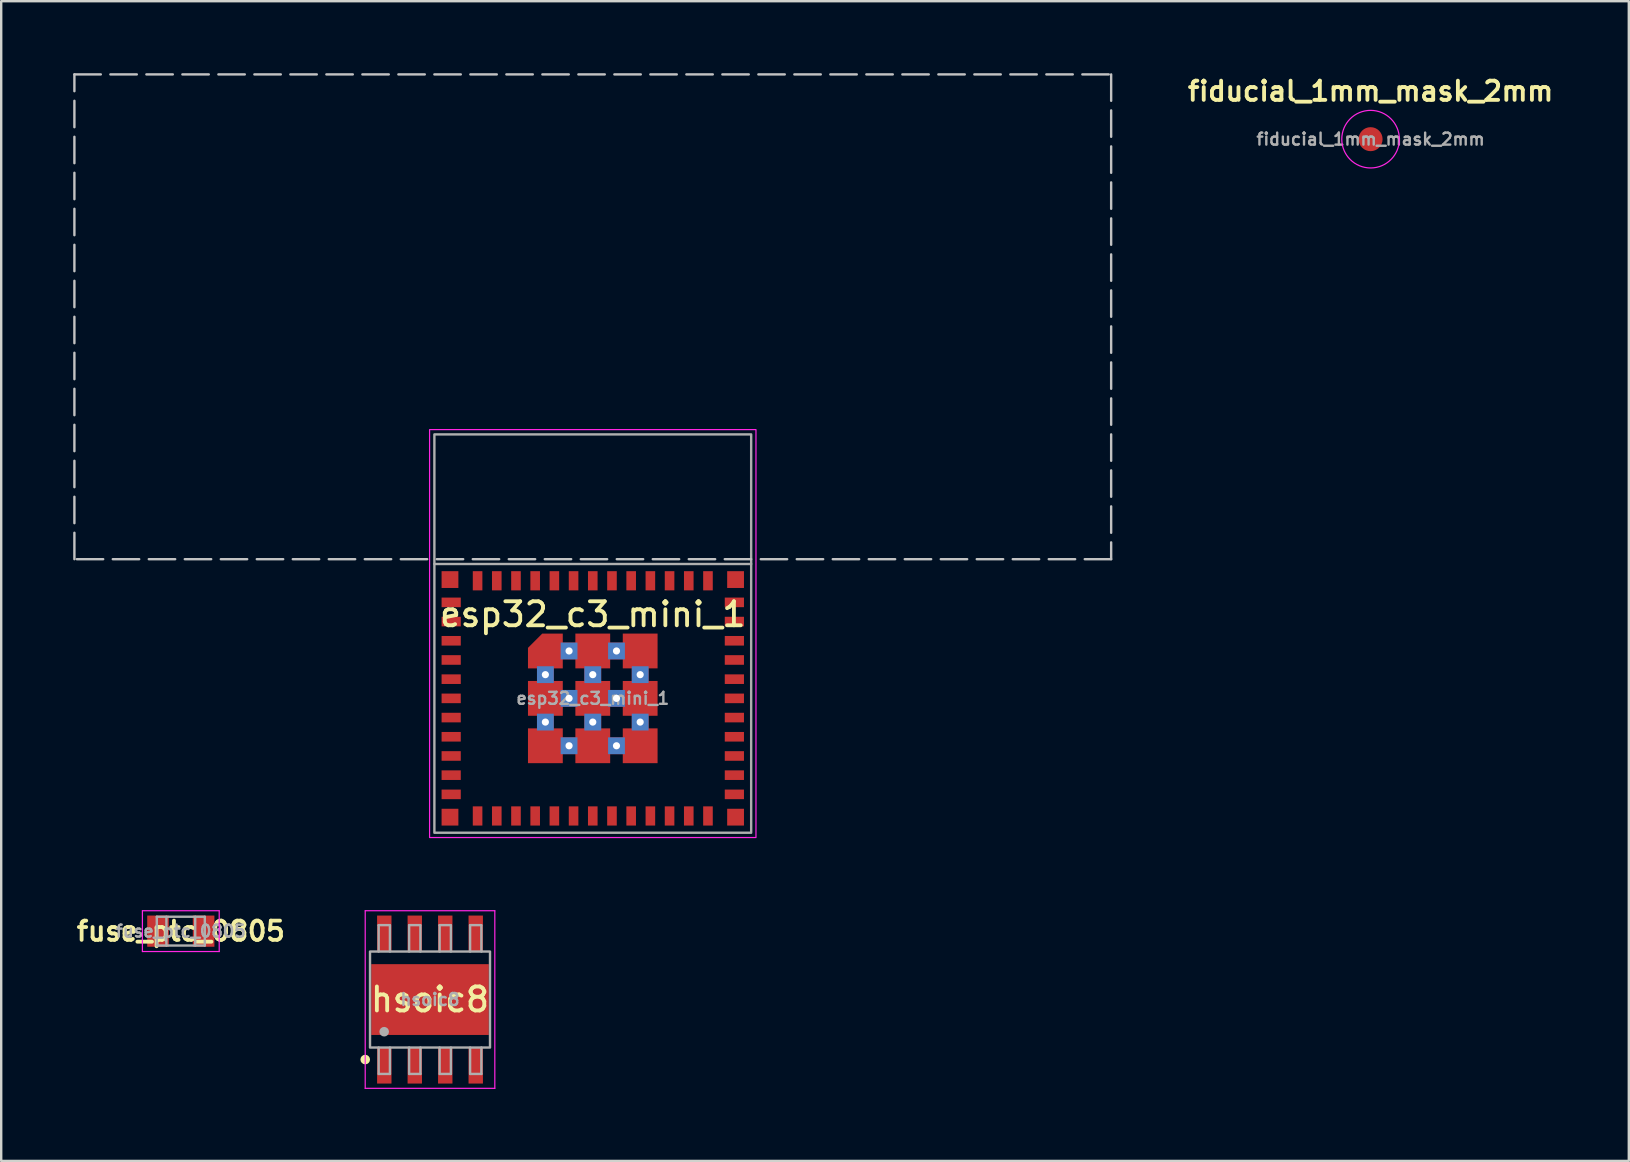
<source format=kicad_pcb>
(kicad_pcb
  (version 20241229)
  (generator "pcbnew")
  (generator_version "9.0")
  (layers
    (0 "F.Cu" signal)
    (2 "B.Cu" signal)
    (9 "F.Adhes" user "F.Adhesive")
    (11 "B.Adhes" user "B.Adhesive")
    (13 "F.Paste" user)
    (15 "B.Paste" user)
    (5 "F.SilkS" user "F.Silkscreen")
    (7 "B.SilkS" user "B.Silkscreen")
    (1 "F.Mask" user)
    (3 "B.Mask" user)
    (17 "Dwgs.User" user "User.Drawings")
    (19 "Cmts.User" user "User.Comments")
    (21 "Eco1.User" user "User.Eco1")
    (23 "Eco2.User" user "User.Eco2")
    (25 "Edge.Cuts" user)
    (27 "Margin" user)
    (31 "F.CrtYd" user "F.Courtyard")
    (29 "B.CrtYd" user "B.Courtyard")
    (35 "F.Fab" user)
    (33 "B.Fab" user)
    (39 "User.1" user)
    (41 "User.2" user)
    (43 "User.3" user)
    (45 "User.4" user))
  (footprint "hsoic8"
    (layer "F.Cu")
    (at 14.868 38.6)
    (property "Reference" "hsoic8" (at 0 0 0) (unlocked yes) (layer "F.SilkS") (effects (font (size 1 1) (thickness 0.16))))
    (attr smd)
    (fp_rect (start -1.55 -1.3) (end 1.55 1.3) (stroke (width 0.1) (type solid)) (fill yes) (layer "F.Mask"))
    (fp_circle (center -2.7 2.5) (end -2.6 2.5) (stroke (width 0.2) (type solid)) (fill no) (layer "F.SilkS"))
    (fp_rect (start -1.25 -1) (end 1.25 1) (stroke (width 0.1) (type solid)) (fill yes) (layer "F.Paste"))
    (fp_line (start -2.7 -3.7) (end -2.7 3.7) (stroke (width 0.05) (type solid)) (layer "F.CrtYd"))
    (fp_line (start -2.7 3.7) (end 2.7 3.7) (stroke (width 0.05) (type solid)) (layer "F.CrtYd"))
    (fp_line (start 2.7 -3.7) (end -2.7 -3.7) (stroke (width 0.05) (type solid)) (layer "F.CrtYd"))
    (fp_line (start 2.7 3.7) (end 2.7 -3.7) (stroke (width 0.05) (type solid)) (layer "F.CrtYd"))
    (fp_line (start -2.14 -3.1) (end -2.14 -2) (stroke (width 0.1) (type solid)) (layer "F.Fab"))
    (fp_line (start -2.14 2) (end -2.14 3.1) (stroke (width 0.1) (type solid)) (layer "F.Fab"))
    (fp_line (start -2.13 3.1) (end -1.67 3.1) (stroke (width 0.1) (type solid)) (layer "F.Fab"))
    (fp_line (start -1.68 -3.1) (end -2.14 -3.1) (stroke (width 0.1) (type solid)) (layer "F.Fab"))
    (fp_line (start -1.67 -2) (end -1.67 -3.1) (stroke (width 0.1) (type solid)) (layer "F.Fab"))
    (fp_line (start -1.67 3.1) (end -1.67 2) (stroke (width 0.1) (type solid)) (layer "F.Fab"))
    (fp_line (start -0.87 -3.1) (end -0.87 -2) (stroke (width 0.1) (type solid)) (layer "F.Fab"))
    (fp_line (start -0.87 2) (end -0.87 3.1) (stroke (width 0.1) (type solid)) (layer "F.Fab"))
    (fp_line (start -0.86 3.1) (end -0.4 3.1) (stroke (width 0.1) (type solid)) (layer "F.Fab"))
    (fp_line (start -0.41 -3.1) (end -0.87 -3.1) (stroke (width 0.1) (type solid)) (layer "F.Fab"))
    (fp_line (start -0.4 -2) (end -0.4 -3.1) (stroke (width 0.1) (type solid)) (layer "F.Fab"))
    (fp_line (start -0.4 3.1) (end -0.4 2) (stroke (width 0.1) (type solid)) (layer "F.Fab"))
    (fp_line (start 0.4 -3.1) (end 0.4 -2) (stroke (width 0.1) (type solid)) (layer "F.Fab"))
    (fp_line (start 0.4 2) (end 0.4 3.1) (stroke (width 0.1) (type solid)) (layer "F.Fab"))
    (fp_line (start 0.41 3.1) (end 0.87 3.1) (stroke (width 0.1) (type solid)) (layer "F.Fab"))
    (fp_line (start 0.86 -3.1) (end 0.4 -3.1) (stroke (width 0.1) (type solid)) (layer "F.Fab"))
    (fp_line (start 0.87 -2) (end 0.87 -3.1) (stroke (width 0.1) (type solid)) (layer "F.Fab"))
    (fp_line (start 0.87 3.1) (end 0.87 2) (stroke (width 0.1) (type solid)) (layer "F.Fab"))
    (fp_line (start 1.67 -3.1) (end 1.67 -2) (stroke (width 0.1) (type solid)) (layer "F.Fab"))
    (fp_line (start 1.67 2) (end 1.67 3.1) (stroke (width 0.1) (type solid)) (layer "F.Fab"))
    (fp_line (start 1.68 3.1) (end 2.14 3.1) (stroke (width 0.1) (type solid)) (layer "F.Fab"))
    (fp_line (start 2.13 -3.1) (end 1.67 -3.1) (stroke (width 0.1) (type solid)) (layer "F.Fab"))
    (fp_line (start 2.14 -2) (end 2.14 -3.1) (stroke (width 0.1) (type solid)) (layer "F.Fab"))
    (fp_line (start 2.14 3.1) (end 2.14 2) (stroke (width 0.1) (type solid)) (layer "F.Fab"))
    (fp_rect (start -2.5 -2) (end 2.5 2) (stroke (width 0.1) (type solid)) (fill no) (layer "F.Fab"))
    (fp_circle (center -1.91 1.34) (end -1.81 1.34) (stroke (width 0.2) (type solid)) (fill no) (layer "F.Fab"))
    (fp_text user "${REFERENCE}" (at 0 0 0) (unlocked yes) (layer "F.Fab") (effects (font (size 0.5 0.5) (thickness 0.1) (bold yes))))
    (pad "1" smd rect (at -1.905 2.75) (size 0.6 1.5) (layers "F.Cu" "F.Mask" "F.Paste"))
    (pad "2" smd rect (at -0.635 2.75) (size 0.6 1.5) (layers "F.Cu" "F.Mask" "F.Paste"))
    (pad "3" smd rect (at 0.635 2.75) (size 0.6 1.5) (layers "F.Cu" "F.Mask" "F.Paste"))
    (pad "4" smd rect (at 1.905 2.75) (size 0.6 1.5) (layers "F.Cu" "F.Mask" "F.Paste"))
    (pad "5" smd rect (at 1.905 -2.75) (size 0.6 1.5) (layers "F.Cu" "F.Mask" "F.Paste"))
    (pad "6" smd rect (at 0.635 -2.75) (size 0.6 1.5) (layers "F.Cu" "F.Mask" "F.Paste"))
    (pad "7" smd rect (at -0.635 -2.75) (size 0.6 1.5) (layers "F.Cu" "F.Mask" "F.Paste"))
    (pad "8" smd rect (at -1.905 -2.75) (size 0.6 1.5) (layers "F.Cu" "F.Mask" "F.Paste"))
    (pad "9" smd rect (at 0 0) (size 4.9 2.95) (layers "F.Cu")))
  (footprint "fuse_ptc_0805"
    (layer "F.Cu")
    (at 4.484 35.75)
    (property "Reference" "fuse_ptc_0805" (at 0 0 0) (layer "F.SilkS") (effects (font (size 0.8 0.8) (thickness 0.16))))
    (attr smd)
    (fp_line (start -1.6 -0.85) (end 1.6 -0.85) (stroke (width 0.05) (type solid)) (layer "F.CrtYd"))
    (fp_line (start -1.6 0.85) (end -1.6 -0.85) (stroke (width 0.05) (type solid)) (layer "F.CrtYd"))
    (fp_line (start 1.6 -0.85) (end 1.6 0.85) (stroke (width 0.05) (type solid)) (layer "F.CrtYd"))
    (fp_line (start 1.6 0.85) (end -1.6 0.85) (stroke (width 0.05) (type solid)) (layer "F.CrtYd"))
    (fp_line (start -1 -0.6) (end -1 0.6) (stroke (width 0.1) (type solid)) (layer "F.Fab"))
    (fp_line (start -1 0.6) (end 1 0.6) (stroke (width 0.1) (type solid)) (layer "F.Fab"))
    (fp_line (start -0.6 -0.6) (end -0.6 0.6) (stroke (width 0.1) (type solid)) (layer "F.Fab"))
    (fp_line (start 0.6 -0.6) (end 0.6 0.6) (stroke (width 0.1) (type solid)) (layer "F.Fab"))
    (fp_line (start 1 -0.6) (end -1 -0.6) (stroke (width 0.1) (type solid)) (layer "F.Fab"))
    (fp_line (start 1 0.6) (end 1 -0.6) (stroke (width 0.1) (type solid)) (layer "F.Fab"))
    (fp_text user "${REFERENCE}" (at 0 0 0) (layer "F.Fab") (effects (font (size 0.5 0.5) (thickness 0.1))))
    (pad "1" smd rect (at -0.95 0) (size 0.9 1.3) (layers "F.Cu" "F.Mask" "F.Paste"))
    (pad "2" smd rect (at 0.95 0) (size 0.9 1.3) (layers "F.Cu" "F.Mask" "F.Paste")))
  (footprint "esp32_c3_mini_1"
    (layer "F.Cu")
    (at 21.65 26.05)
    (property "Reference" "esp32_c3_mini_1" (at 0 -3.5 0) (layer "F.SilkS") (effects (font (size 1 1) (thickness 0.16))))
    (attr smd)
    (fp_rect (start -21.6 -26) (end 21.6 -5.8) (stroke (width 0.1) (type dash)) (fill no) (layer "Dwgs.User"))
    (fp_rect (start -6.8 -11.2) (end 6.8 5.8) (stroke (width 0.05) (type solid)) (fill no) (layer "F.CrtYd"))
    (fp_line (start -6.6 -5.6) (end 6.6 -5.6) (stroke (width 0.1) (type default)) (layer "F.Fab"))
    (fp_rect (start -6.6 -11) (end 6.6 5.6) (stroke (width 0.1) (type solid)) (fill no) (layer "F.Fab"))
    (fp_text user "${REFERENCE}" (at 0 0 0) (layer "F.Fab") (effects (font (size 0.5 0.5) (thickness 0.1))))
    (pad "1" smd rect (at -5.9 -4) (size 0.8 0.4) (layers "F.Cu" "F.Mask" "F.Paste"))
    (pad "1" thru_hole rect (at -1.975 -0.988) (size 0.7 0.7) (drill 0.3) (layers "*.Cu"))
    (pad "1" thru_hole rect (at -1.975 0.988) (size 0.7 0.7) (drill 0.3) (layers "*.Cu"))
    (pad "1" thru_hole rect (at -0.988 -1.975) (size 0.7 0.7) (drill 0.3) (layers "*.Cu"))
    (pad "1" thru_hole rect (at -0.988 0) (size 0.7 0.7) (drill 0.3) (layers "*.Cu"))
    (pad "1" thru_hole rect (at -0.988 1.975) (size 0.7 0.7) (drill 0.3) (layers "*.Cu"))
    (pad "1" thru_hole rect (at 0 -0.988) (size 0.7 0.7) (drill 0.3) (layers "*.Cu"))
    (pad "1" thru_hole rect (at 0 0.988) (size 0.7 0.7) (drill 0.3) (layers "*.Cu"))
    (pad "1" thru_hole rect (at 0.988 -1.975) (size 0.7 0.7) (drill 0.3) (layers "*.Cu"))
    (pad "1" thru_hole rect (at 0.988 0) (size 0.7 0.7) (drill 0.3) (layers "*.Cu"))
    (pad "1" thru_hole rect (at 0.988 1.975) (size 0.7 0.7) (drill 0.3) (layers "*.Cu"))
    (pad "1" thru_hole rect (at 1.975 -0.988) (size 0.7 0.7) (drill 0.3) (layers "*.Cu"))
    (pad "1" thru_hole rect (at 1.975 0.988) (size 0.7 0.7) (drill 0.3) (layers "*.Cu"))
    (pad "2" smd rect (at -5.9 -3.2) (size 0.8 0.4) (layers "F.Cu" "F.Mask" "F.Paste"))
    (pad "3" smd rect (at -5.9 -2.4) (size 0.8 0.4) (layers "F.Cu" "F.Mask" "F.Paste"))
    (pad "4" smd rect (at -5.9 -1.6) (size 0.8 0.4) (layers "F.Cu" "F.Mask" "F.Paste"))
    (pad "5" smd rect (at -5.9 -0.8) (size 0.8 0.4) (layers "F.Cu" "F.Mask" "F.Paste"))
    (pad "6" smd rect (at -5.9 0) (size 0.8 0.4) (layers "F.Cu" "F.Mask" "F.Paste"))
    (pad "7" smd rect (at -5.9 0.8) (size 0.8 0.4) (layers "F.Cu" "F.Mask" "F.Paste"))
    (pad "8" smd rect (at -5.9 1.6) (size 0.8 0.4) (layers "F.Cu" "F.Mask" "F.Paste"))
    (pad "9" smd rect (at -5.9 2.4) (size 0.8 0.4) (layers "F.Cu" "F.Mask" "F.Paste"))
    (pad "10" smd rect (at -5.9 3.2) (size 0.8 0.4) (layers "F.Cu" "F.Mask" "F.Paste"))
    (pad "11" smd rect (at -5.9 4) (size 0.8 0.4) (layers "F.Cu" "F.Mask" "F.Paste"))
    (pad "12" smd rect (at -4.8 4.9 90) (size 0.8 0.4) (layers "F.Cu" "F.Mask" "F.Paste"))
    (pad "13" smd rect (at -4 4.9 90) (size 0.8 0.4) (layers "F.Cu" "F.Mask" "F.Paste"))
    (pad "14" smd rect (at -3.2 4.9 90) (size 0.8 0.4) (layers "F.Cu" "F.Mask" "F.Paste"))
    (pad "15" smd rect (at -2.4 4.9 90) (size 0.8 0.4) (layers "F.Cu" "F.Mask" "F.Paste"))
    (pad "16" smd rect (at -1.6 4.9 90) (size 0.8 0.4) (layers "F.Cu" "F.Mask" "F.Paste"))
    (pad "17" smd rect (at -0.8 4.9 90) (size 0.8 0.4) (layers "F.Cu" "F.Mask" "F.Paste"))
    (pad "18" smd rect (at 0 4.9 90) (size 0.8 0.4) (layers "F.Cu" "F.Mask" "F.Paste"))
    (pad "19" smd rect (at 0.8 4.9 90) (size 0.8 0.4) (layers "F.Cu" "F.Mask" "F.Paste"))
    (pad "20" smd rect (at 1.6 4.9 90) (size 0.8 0.4) (layers "F.Cu" "F.Mask" "F.Paste"))
    (pad "21" smd rect (at 2.4 4.9 90) (size 0.8 0.4) (layers "F.Cu" "F.Mask" "F.Paste"))
    (pad "22" smd rect (at 3.2 4.9 90) (size 0.8 0.4) (layers "F.Cu" "F.Mask" "F.Paste"))
    (pad "23" smd rect (at 4 4.9 90) (size 0.8 0.4) (layers "F.Cu" "F.Mask" "F.Paste"))
    (pad "24" smd rect (at 4.8 4.9 90) (size 0.8 0.4) (layers "F.Cu" "F.Mask" "F.Paste"))
    (pad "25" smd rect (at 5.9 4) (size 0.8 0.4) (layers "F.Cu" "F.Mask" "F.Paste"))
    (pad "26" smd rect (at 5.9 3.2) (size 0.8 0.4) (layers "F.Cu" "F.Mask" "F.Paste"))
    (pad "27" smd rect (at 5.9 2.4) (size 0.8 0.4) (layers "F.Cu" "F.Mask" "F.Paste"))
    (pad "28" smd rect (at 5.9 1.6) (size 0.8 0.4) (layers "F.Cu" "F.Mask" "F.Paste"))
    (pad "29" smd rect (at 5.9 0.8) (size 0.8 0.4) (layers "F.Cu" "F.Mask" "F.Paste"))
    (pad "30" smd rect (at 5.9 0) (size 0.8 0.4) (layers "F.Cu" "F.Mask" "F.Paste"))
    (pad "31" smd rect (at 5.9 -0.8) (size 0.8 0.4) (layers "F.Cu" "F.Mask" "F.Paste"))
    (pad "32" smd rect (at 5.9 -1.6) (size 0.8 0.4) (layers "F.Cu" "F.Mask" "F.Paste"))
    (pad "33" smd rect (at 5.9 -2.4) (size 0.8 0.4) (layers "F.Cu" "F.Mask" "F.Paste"))
    (pad "34" smd rect (at 5.9 -3.2) (size 0.8 0.4) (layers "F.Cu" "F.Mask" "F.Paste"))
    (pad "35" smd rect (at 5.9 -4) (size 0.8 0.4) (layers "F.Cu" "F.Mask" "F.Paste"))
    (pad "36" smd rect (at 4.8 -4.9 90) (size 0.8 0.4) (layers "F.Cu" "F.Mask" "F.Paste"))
    (pad "37" smd rect (at 4 -4.9 90) (size 0.8 0.4) (layers "F.Cu" "F.Mask" "F.Paste"))
    (pad "38" smd rect (at 3.2 -4.9 90) (size 0.8 0.4) (layers "F.Cu" "F.Mask" "F.Paste"))
    (pad "39" smd rect (at 2.4 -4.9 90) (size 0.8 0.4) (layers "F.Cu" "F.Mask" "F.Paste"))
    (pad "40" smd rect (at 1.6 -4.9 90) (size 0.8 0.4) (layers "F.Cu" "F.Mask" "F.Paste"))
    (pad "41" smd rect (at 0.8 -4.9 90) (size 0.8 0.4) (layers "F.Cu" "F.Mask" "F.Paste"))
    (pad "42" smd rect (at 0 -4.9 90) (size 0.8 0.4) (layers "F.Cu" "F.Mask" "F.Paste"))
    (pad "43" smd rect (at -0.8 -4.9 90) (size 0.8 0.4) (layers "F.Cu" "F.Mask" "F.Paste"))
    (pad "44" smd rect (at -1.6 -4.9 90) (size 0.8 0.4) (layers "F.Cu" "F.Mask" "F.Paste"))
    (pad "45" smd rect (at -2.4 -4.9 90) (size 0.8 0.4) (layers "F.Cu" "F.Mask" "F.Paste"))
    (pad "46" smd rect (at -3.2 -4.9 90) (size 0.8 0.4) (layers "F.Cu" "F.Mask" "F.Paste"))
    (pad "47" smd rect (at -4 -4.9 90) (size 0.8 0.4) (layers "F.Cu" "F.Mask" "F.Paste"))
    (pad "48" smd rect (at -4.8 -4.9 90) (size 0.8 0.4) (layers "F.Cu" "F.Mask" "F.Paste"))
    (pad "49" smd roundrect (at -1.975 -1.975) (size 1.45 1.45) (layers "F.Cu" "F.Mask" "F.Paste") (roundrect_rratio 0) (chamfer_ratio 0.41) (chamfer top_left))
    (pad "49" smd rect (at -1.975 0) (size 1.45 1.45) (layers "F.Cu" "F.Mask" "F.Paste"))
    (pad "49" smd rect (at -1.975 1.975) (size 1.45 1.45) (layers "F.Cu" "F.Mask" "F.Paste"))
    (pad "49" smd rect (at 0 -1.975) (size 1.45 1.45) (layers "F.Cu" "F.Mask" "F.Paste"))
    (pad "49" smd rect (at 0 0) (size 1.45 1.45) (layers "F.Cu" "F.Mask" "F.Paste"))
    (pad "49" smd rect (at 0 1.975) (size 1.45 1.45) (layers "F.Cu" "F.Mask" "F.Paste"))
    (pad "49" smd rect (at 1.975 -1.975) (size 1.45 1.45) (layers "F.Cu" "F.Mask" "F.Paste"))
    (pad "49" smd rect (at 1.975 0) (size 1.45 1.45) (layers "F.Cu" "F.Mask" "F.Paste"))
    (pad "49" smd rect (at 1.975 1.975) (size 1.45 1.45) (layers "F.Cu" "F.Mask" "F.Paste"))
    (pad "50" smd rect (at 5.95 -4.95) (size 0.7 0.7) (layers "F.Cu" "F.Mask" "F.Paste"))
    (pad "51" smd rect (at 5.95 4.95) (size 0.7 0.7) (layers "F.Cu" "F.Mask" "F.Paste"))
    (pad "52" smd rect (at -5.95 4.95) (size 0.7 0.7) (layers "F.Cu" "F.Mask" "F.Paste"))
    (pad "53" smd rect (at -5.95 -4.95) (size 0.7 0.7) (layers "F.Cu" "F.Mask" "F.Paste"))
    (zone (net_name "") (layers "F.Cu" "B.Cu") (name "Antenna area") (hatch full 0.5) (connect_pads) (min_thickness 0.25) (filled_areas_thickness no) (keepout (tracks not_allowed) (vias not_allowed) (pads not_allowed) (copperpour not_allowed) (footprints not_allowed)) (placement (enabled no)) (fill) (polygon (pts (xy 15.05 15.05) (xy 28.25 15.05) (xy 28.25 20.45) (xy 15.05 20.45)))))
  (footprint "fiducial_1mm_mask_2mm"
    (layer "F.Cu")
    (at 54.06 2.749)
    (property "Reference" "fiducial_1mm_mask_2mm" (at 0 -2 0) (layer "F.SilkS") (effects (font (size 0.8 0.8) (thickness 0.16))))
    (attr smd exclude_from_bom)
    (fp_circle (center 0 0) (end 1.2 0) (stroke (width 0.05) (type solid)) (fill no) (layer "F.CrtYd"))
    (fp_text user "${REFERENCE}" (at 0 0 0) (layer "F.Fab") (effects (font (size 0.5 0.5) (thickness 0.1))))
    (pad "" smd circle (at 0 0) (size 1 1) (layers "F.Cu" "F.Mask")))
  (gr_rect
    (start -3 -3)
    (end 64.82 45.325)
    (stroke (width 0.1) (type default))
    (fill no)
    (layer "Edge.Cuts")))
</source>
